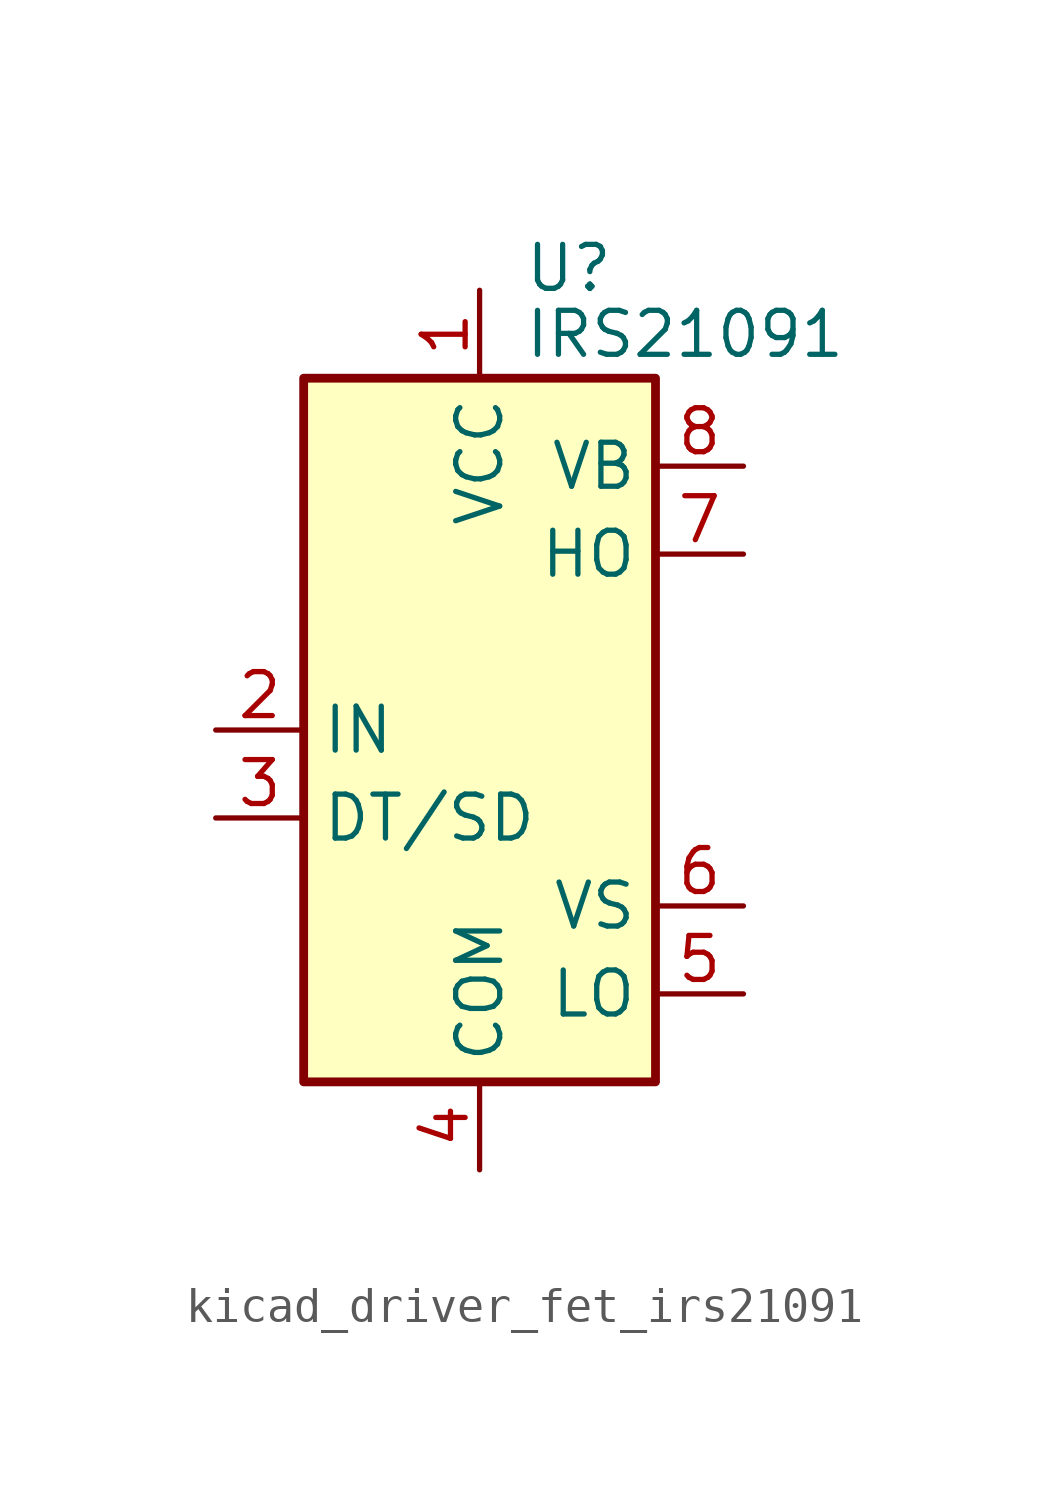
<source format=kicad_sym>
(kicad_symbol_lib
  (version 20220914)
  (generator kicad_symbol_editor)
  (symbol "kicad_driver_fet_irs21091"
    (property "Reference" "U"
      (at 1.27 13.335 0)
      (effects (font (size 1.27 1.27)) (justify left)))
    (property "Value" "IRS21091"
      (at 1.27 11.43 0)
      (effects (font (size 1.27 1.27)) (justify left)))
    (symbol "kicad_driver_fet_irs21091_0_1"
      (rectangle (start -5.08 -10.16) (end 5.08 10.16) (stroke (width 0.254) (type default)) (fill (type background))))
    (symbol "kicad_driver_fet_irs21091_1_1"
      (pin power_in line (at 0 12.7 270) (length 2.54) (name "VCC" (effects (font (size 1.27 1.27)))) (number "1" (effects (font (size 1.27 1.27)))))
      (pin input line (at -7.62 0 0) (length 2.54) (name "IN" (effects (font (size 1.27 1.27)))) (number "2" (effects (font (size 1.27 1.27)))))
      (pin input line (at -7.62 -2.54 0) (length 2.54) (name "DT/SD" (effects (font (size 1.27 1.27)))) (number "3" (effects (font (size 1.27 1.27)))))
      (pin power_in line (at 0 -12.7 90) (length 2.54) (name "COM" (effects (font (size 1.27 1.27)))) (number "4" (effects (font (size 1.27 1.27)))))
      (pin output line (at 7.62 -7.62 180) (length 2.54) (name "LO" (effects (font (size 1.27 1.27)))) (number "5" (effects (font (size 1.27 1.27)))))
      (pin passive line (at 7.62 -5.08 180) (length 2.54) (name "VS" (effects (font (size 1.27 1.27)))) (number "6" (effects (font (size 1.27 1.27)))))
      (pin output line (at 7.62 5.08 180) (length 2.54) (name "HO" (effects (font (size 1.27 1.27)))) (number "7" (effects (font (size 1.27 1.27)))))
      (pin passive line (at 7.62 7.62 180) (length 2.54) (name "VB" (effects (font (size 1.27 1.27)))) (number "8" (effects (font (size 1.27 1.27))))))))
</source>
